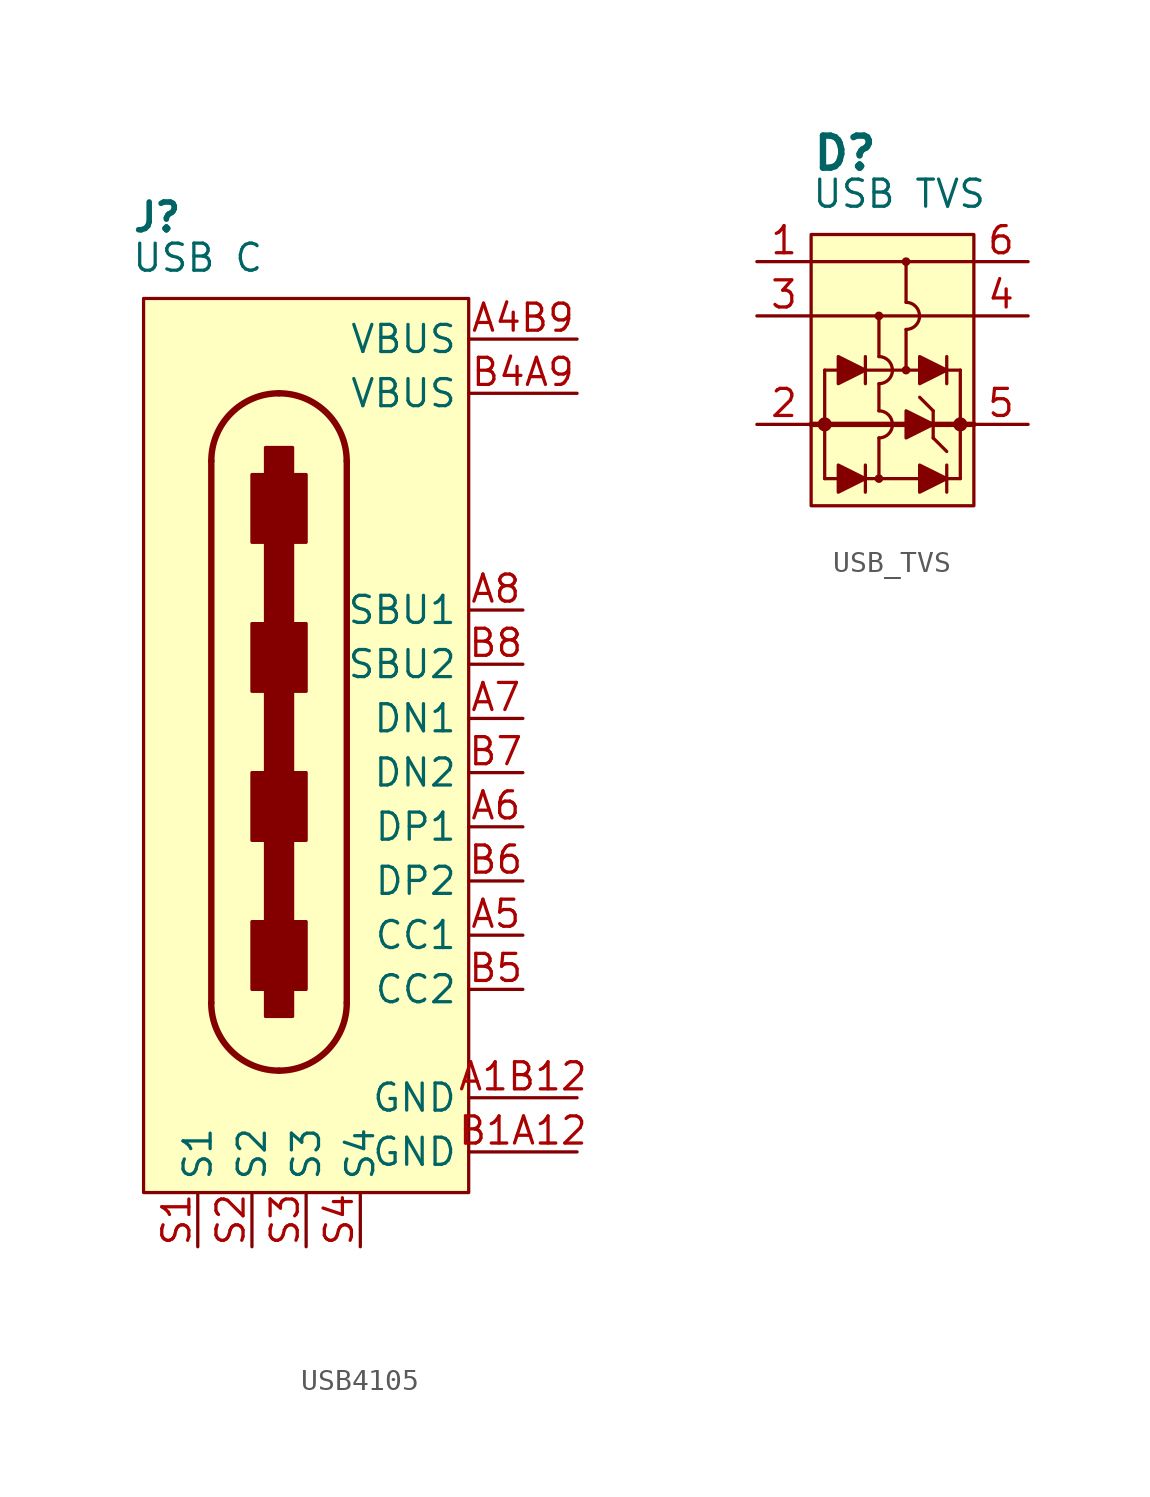
<source format=kicad_sym>
(kicad_symbol_lib
  (version 20231120)
  (generator "kicad_symbol_editor")
  (generator_version "8.0")
  (symbol "USB4105"
    (property "Reference" "J"
      (at 0.635 -1.905 0)
      (effects (font (size 1.3 1.3) (bold yes))))
    (property "Value" "USB C"
      (at 2.54 -3.81 0)
      (effects (font (size 1.27 1.27))))
    (symbol "USB4105_1_1"
      (rectangle (start 0 -5.715) (end 15.24 -47.625) (stroke (width 0) (type default)) (fill (type background)))
      (polyline (pts (xy 3.175 -13.335) (xy 3.175 -38.735)) (stroke (width 0.3) (type default)) (fill (type none)))
      (polyline (pts (xy 9.525 -13.335) (xy 9.525 -38.735)) (stroke (width 0.3) (type default)) (fill (type none)))
      (arc (start 3.175 -38.735) (mid 4.1049 -40.9801) (end 6.35 -41.91) (stroke (width 0.3) (type default)) (fill (type none)))
      (rectangle (start 5.08 -34.925) (end 5.715 -38.1) (stroke (width 0) (type default)) (fill (type outline)))
      (rectangle (start 5.08 -27.94) (end 5.715 -31.115) (stroke (width 0) (type default)) (fill (type outline)))
      (rectangle (start 5.08 -20.955) (end 5.715 -24.13) (stroke (width 0) (type default)) (fill (type outline)))
      (rectangle (start 5.08 -13.97) (end 5.715 -17.145) (stroke (width 0) (type default)) (fill (type outline)))
      (rectangle (start 5.715 -12.7) (end 6.985 -39.37) (stroke (width 0) (type default)) (fill (type outline)))
      (arc (start 6.35 -41.91) (mid 8.5951 -40.9801) (end 9.525 -38.735) (stroke (width 0.3) (type default)) (fill (type none)))
      (arc (start 6.35 -10.16) (mid 4.1049 -11.0899) (end 3.175 -13.335) (stroke (width 0.3) (type default)) (fill (type none)))
      (rectangle (start 6.985 -34.925) (end 7.62 -38.1) (stroke (width 0) (type default)) (fill (type outline)))
      (rectangle (start 6.985 -27.94) (end 7.62 -31.115) (stroke (width 0) (type default)) (fill (type outline)))
      (rectangle (start 6.985 -20.955) (end 7.62 -24.13) (stroke (width 0) (type default)) (fill (type outline)))
      (rectangle (start 6.985 -13.97) (end 7.62 -17.145) (stroke (width 0) (type default)) (fill (type outline)))
      (arc (start 9.525 -13.335) (mid 8.5951 -11.0899) (end 6.35 -10.16) (stroke (width 0.3) (type default)) (fill (type none)))
      (pin passive line (at 20.32 -43.18 180) (length 5.08) (name "GND" (effects (font (size 1.27 1.27)))) (number "A1B12" (effects (font (size 1.27 1.27)))))
      (pin passive line (at 20.32 -7.62 180) (length 5.08) (name "VBUS" (effects (font (size 1.27 1.27)))) (number "A4B9" (effects (font (size 1.27 1.27)))))
      (pin passive line (at 17.78 -35.56 180) (length 2.54) (name "CC1" (effects (font (size 1.27 1.27)))) (number "A5" (effects (font (size 1.27 1.27)))))
      (pin passive line (at 17.78 -30.48 180) (length 2.54) (name "DP1" (effects (font (size 1.27 1.27)))) (number "A6" (effects (font (size 1.27 1.27)))))
      (pin passive line (at 17.78 -25.4 180) (length 2.54) (name "DN1" (effects (font (size 1.27 1.27)))) (number "A7" (effects (font (size 1.27 1.27)))))
      (pin passive line (at 17.78 -20.32 180) (length 2.54) (name "SBU1" (effects (font (size 1.27 1.27)))) (number "A8" (effects (font (size 1.27 1.27)))))
      (pin passive line (at 20.32 -45.72 180) (length 5.08) (name "GND" (effects (font (size 1.27 1.27)))) (number "B1A12" (effects (font (size 1.27 1.27)))))
      (pin passive line (at 20.32 -10.16 180) (length 5.08) (name "VBUS" (effects (font (size 1.27 1.27)))) (number "B4A9" (effects (font (size 1.27 1.27)))))
      (pin passive line (at 17.78 -38.1 180) (length 2.54) (name "CC2" (effects (font (size 1.27 1.27)))) (number "B5" (effects (font (size 1.27 1.27)))))
      (pin passive line (at 17.78 -33.02 180) (length 2.54) (name "DP2" (effects (font (size 1.27 1.27)))) (number "B6" (effects (font (size 1.27 1.27)))))
      (pin passive line (at 17.78 -27.94 180) (length 2.54) (name "DN2" (effects (font (size 1.27 1.27)))) (number "B7" (effects (font (size 1.27 1.27)))))
      (pin passive line (at 17.78 -22.86 180) (length 2.54) (name "SBU2" (effects (font (size 1.27 1.27)))) (number "B8" (effects (font (size 1.27 1.27)))))
      (pin passive line (at 2.54 -50.165 90) (length 2.54) (name "S1" (effects (font (size 1.27 1.27)))) (number "S1" (effects (font (size 1.27 1.27)))))
      (pin passive line (at 5.08 -50.165 90) (length 2.54) (name "S2" (effects (font (size 1.27 1.27)))) (number "S2" (effects (font (size 1.27 1.27)))))
      (pin passive line (at 7.62 -50.165 90) (length 2.54) (name "S3" (effects (font (size 1.27 1.27)))) (number "S3" (effects (font (size 1.27 1.27)))))
      (pin passive line (at 10.16 -50.165 90) (length 2.54) (name "S4" (effects (font (size 1.27 1.27)))) (number "S4" (effects (font (size 1.27 1.27)))))))
  (symbol "USB_TVS"
    (pin_names hide)
    (property "Reference" "D"
      (at 0 0 0)
      (effects (font (size 1.5 1.5) (bold yes)) (justify left)))
    (property "Value" "USB TVS"
      (at 0 -1.905 0)
      (effects (font (size 1.27 1.27)) (justify left)))
    (symbol "USB_TVS_0_1"
      (polyline (pts (xy 2.54 -14.605) (xy 2.54 -15.875)) (stroke (width 0) (type default)) (fill (type none)))
      (polyline (pts (xy 2.54 -9.525) (xy 2.54 -10.795)) (stroke (width 0) (type default)) (fill (type none)))
      (polyline (pts (xy 5.715 -12.065) (xy 5.715 -13.335)) (stroke (width 0) (type default)) (fill (type none)))
      (polyline (pts (xy 6.35 -14.605) (xy 6.35 -15.875)) (stroke (width 0) (type default)) (fill (type none)))
      (polyline (pts (xy 6.35 -9.525) (xy 6.35 -10.795)) (stroke (width 0) (type default)) (fill (type none))))
    (symbol "USB_TVS_1_1"
      (rectangle (start 0 -3.81) (end 7.62 -16.51) (stroke (width 0) (type default)) (fill (type background)))
      (polyline (pts (xy 0 -12.7) (xy 4.445 -12.7)) (stroke (width 0.254) (type default)) (fill (type none)))
      (polyline (pts (xy 0 -7.62) (xy 7.62 -7.62)) (stroke (width 0) (type default)) (fill (type none)))
      (polyline (pts (xy 0 -5.08) (xy 7.62 -5.08)) (stroke (width 0) (type default)) (fill (type none)))
      (polyline (pts (xy 0.635 -15.24) (xy 1.27 -15.24)) (stroke (width 0) (type default)) (fill (type none)))
      (polyline (pts (xy 0.635 -10.16) (xy 0.635 -15.24)) (stroke (width 0) (type default)) (fill (type none)))
      (polyline (pts (xy 1.27 -10.16) (xy 0.635 -10.16)) (stroke (width 0) (type default)) (fill (type none)))
      (polyline (pts (xy 2.54 -15.24) (xy 5.08 -15.24)) (stroke (width 0) (type default)) (fill (type none)))
      (polyline (pts (xy 3.175 -15.24) (xy 3.175 -13.335)) (stroke (width 0) (type default)) (fill (type none)))
      (polyline (pts (xy 3.175 -12.065) (xy 3.175 -10.795)) (stroke (width 0) (type default)) (fill (type none)))
      (polyline (pts (xy 3.175 -9.525) (xy 3.175 -7.62)) (stroke (width 0) (type default)) (fill (type none)))
      (polyline (pts (xy 4.445 -10.16) (xy 4.445 -8.255)) (stroke (width 0) (type default)) (fill (type none)))
      (polyline (pts (xy 4.445 -6.985) (xy 4.445 -5.08)) (stroke (width 0) (type default)) (fill (type none)))
      (polyline (pts (xy 5.08 -10.16) (xy 2.54 -10.16)) (stroke (width 0) (type default)) (fill (type none)))
      (polyline (pts (xy 5.715 -13.335) (xy 6.35 -13.97)) (stroke (width 0) (type default)) (fill (type none)))
      (polyline (pts (xy 5.715 -12.065) (xy 5.08 -11.43)) (stroke (width 0) (type default)) (fill (type none)))
      (polyline (pts (xy 6.35 -15.24) (xy 6.985 -15.24)) (stroke (width 0) (type default)) (fill (type none)))
      (polyline (pts (xy 6.35 -10.16) (xy 6.985 -10.16)) (stroke (width 0) (type default)) (fill (type none)))
      (polyline (pts (xy 6.985 -15.24) (xy 6.985 -10.16)) (stroke (width 0) (type default)) (fill (type none)))
      (polyline (pts (xy 7.62 -12.7) (xy 4.445 -12.7)) (stroke (width 0.254) (type default)) (fill (type none)))
      (polyline (pts (xy 1.27 -14.605) (xy 1.27 -15.875) (xy 2.54 -15.24) (xy 1.27 -14.605)) (stroke (width 0) (type default)) (fill (type outline)))
      (polyline (pts (xy 1.27 -9.525) (xy 1.27 -10.795) (xy 2.54 -10.16) (xy 1.27 -9.525)) (stroke (width 0) (type default)) (fill (type outline)))
      (polyline (pts (xy 4.445 -12.065) (xy 4.445 -13.335) (xy 5.715 -12.7) (xy 4.445 -12.065)) (stroke (width 0) (type default)) (fill (type outline)))
      (polyline (pts (xy 5.08 -14.605) (xy 5.08 -15.875) (xy 6.35 -15.24) (xy 5.08 -14.605)) (stroke (width 0) (type default)) (fill (type outline)))
      (polyline (pts (xy 5.08 -9.525) (xy 5.08 -10.795) (xy 6.35 -10.16) (xy 5.08 -9.525)) (stroke (width 0) (type default)) (fill (type outline)))
      (circle (center 0.635 -12.7) (radius 0.254) (stroke (width 0) (type default)) (fill (type outline)))
      (circle (center 3.175 -15.24) (radius 0.127) (stroke (width 0) (type default)) (fill (type none)))
      (arc (start 3.175 -13.335) (mid 3.624 -13.149) (end 3.81 -12.7) (stroke (width 0) (type default)) (fill (type none)))
      (arc (start 3.175 -10.795) (mid 3.624 -10.609) (end 3.81 -10.16) (stroke (width 0) (type default)) (fill (type none)))
      (circle (center 3.175 -7.62) (radius 0.127) (stroke (width 0) (type default)) (fill (type none)))
      (arc (start 3.81 -12.7) (mid 3.624 -12.251) (end 3.175 -12.065) (stroke (width 0) (type default)) (fill (type none)))
      (arc (start 3.81 -10.16) (mid 3.624 -9.711) (end 3.175 -9.525) (stroke (width 0) (type default)) (fill (type none)))
      (circle (center 4.445 -10.16) (radius 0.127) (stroke (width 0) (type default)) (fill (type none)))
      (arc (start 4.445 -8.255) (mid 4.894 -8.069) (end 5.08 -7.62) (stroke (width 0) (type default)) (fill (type none)))
      (circle (center 4.445 -5.08) (radius 0.127) (stroke (width 0) (type default)) (fill (type none)))
      (arc (start 5.08 -7.62) (mid 4.894 -7.171) (end 4.445 -6.985) (stroke (width 0) (type default)) (fill (type none)))
      (circle (center 6.985 -12.7) (radius 0.254) (stroke (width 0) (type default)) (fill (type outline)))
      (pin bidirectional line (at -2.54 -5.08 0) (length 2.54) (name "A1" (effects (font (size 1.27 1.27)))) (number "1" (effects (font (size 1.27 1.27)))))
      (pin power_in line (at -2.54 -12.7 0) (length 2.54) (name "GND" (effects (font (size 1.27 1.27)))) (number "2" (effects (font (size 1.27 1.27)))))
      (pin bidirectional line (at -2.54 -7.62 0) (length 2.54) (name "B1" (effects (font (size 1.27 1.27)))) (number "3" (effects (font (size 1.27 1.27)))))
      (pin bidirectional line (at 10.16 -7.62 180) (length 2.54) (name "B2" (effects (font (size 1.27 1.27)))) (number "4" (effects (font (size 1.27 1.27)))))
      (pin power_in line (at 10.16 -12.7 180) (length 2.54) (name "VDD" (effects (font (size 1.27 1.27)))) (number "5" (effects (font (size 1.27 1.27)))))
      (pin bidirectional line (at 10.16 -5.08 180) (length 2.54) (name "A2" (effects (font (size 1.27 1.27)))) (number "6" (effects (font (size 1.27 1.27))))))))
</source>
